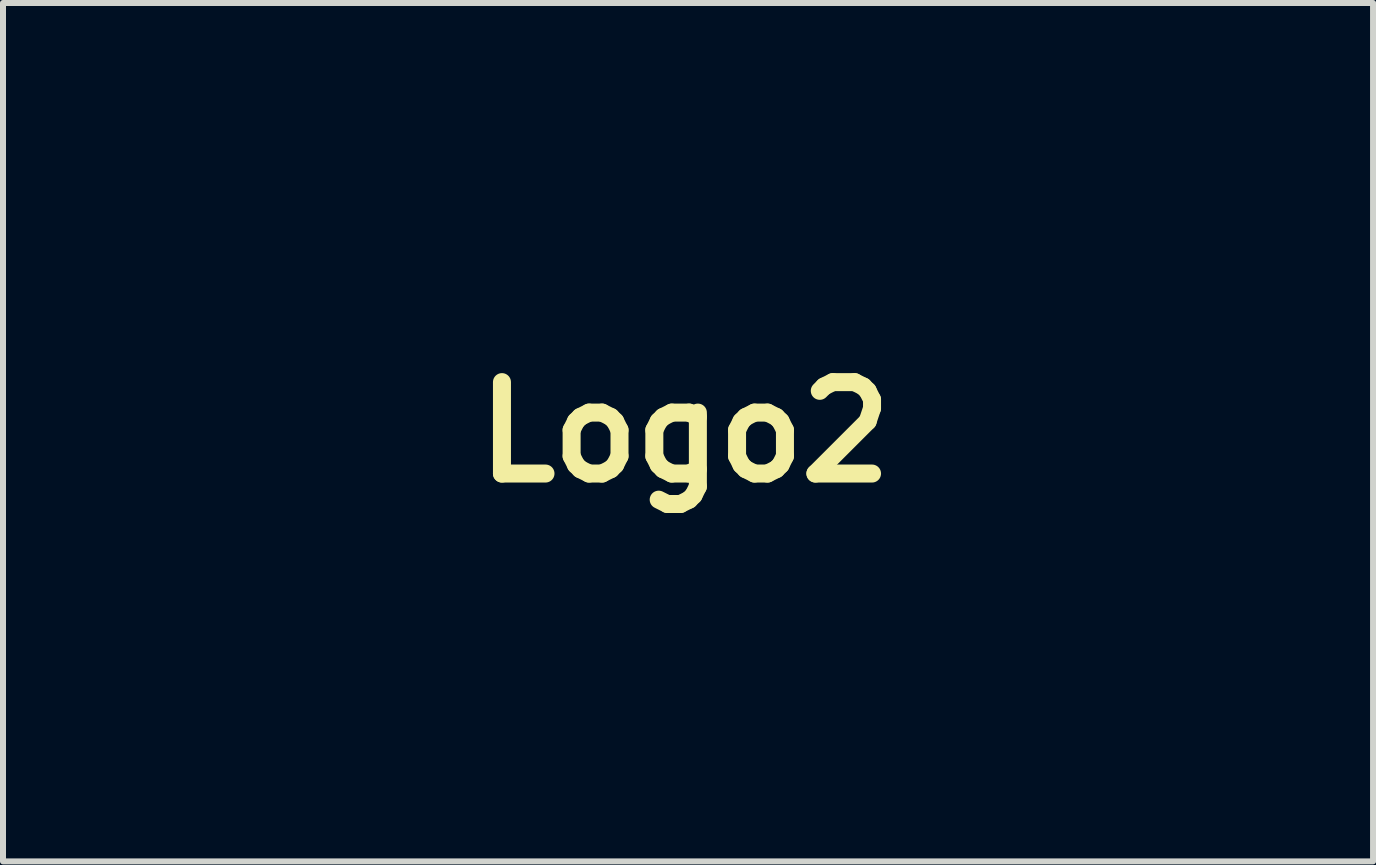
<source format=kicad_pcb>
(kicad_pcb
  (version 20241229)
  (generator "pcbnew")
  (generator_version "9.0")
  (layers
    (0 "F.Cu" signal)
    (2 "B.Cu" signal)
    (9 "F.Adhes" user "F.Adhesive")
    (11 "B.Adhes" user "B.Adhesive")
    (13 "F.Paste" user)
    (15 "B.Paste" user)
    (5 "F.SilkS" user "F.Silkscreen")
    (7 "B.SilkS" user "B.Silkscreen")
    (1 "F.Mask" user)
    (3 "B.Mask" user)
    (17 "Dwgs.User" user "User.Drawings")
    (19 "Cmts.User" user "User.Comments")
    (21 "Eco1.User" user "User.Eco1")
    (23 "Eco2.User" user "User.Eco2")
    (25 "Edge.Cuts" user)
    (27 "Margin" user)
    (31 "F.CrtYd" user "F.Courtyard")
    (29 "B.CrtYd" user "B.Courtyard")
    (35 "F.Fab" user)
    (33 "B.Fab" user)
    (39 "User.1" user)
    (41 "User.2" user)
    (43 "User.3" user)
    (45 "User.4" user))
  (footprint "Logo2"
    (layer "F.Cu")
    (at 8.365 4.154)
    (property "Reference" "Logo2" (at 0 0 0) (layer "F.SilkS") (effects (font (size 1.524 1.524) (thickness 0.3))))
    (attr through_hole)
    (fp_poly (pts (xy -1.161 -3.531) (xy -0.903 -3.373) (xy -0.623 -3.174) (xy -0.367 -2.971) (xy -0.186 -2.798) (xy -0.137 -2.734) (xy -0.066 -2.526) (xy -0.003 -2.194) (xy 0.049 -1.786) (xy 0.085 -1.347) (xy 0.101 -0.925) (xy 0.092 -0.564) (xy 0.075 -0.403) (xy 0.012 -0.094) (xy -0.078 0.119) (xy -0.237 0.309) (xy -0.39 0.449) (xy -0.726 0.823) (xy -1.044 1.33) (xy -1.102 1.442) (xy -1.374 1.923) (xy -1.634 2.244) (xy -1.892 2.413) (xy -2.161 2.439) (xy -2.453 2.33) (xy -2.455 2.328) (xy -2.706 2.229) (xy -2.935 2.211) (xy -3.084 2.277) (xy -3.093 2.29) (xy -3.186 2.331) (xy -3.303 2.237) (xy -3.419 2.036) (xy -3.478 1.873) (xy -3.514 1.67) (xy -3.529 1.362) (xy -3.521 0.93) (xy -3.491 0.354) (xy -3.482 0.214) (xy -3.444 -0.321) (xy -3.411 -0.674) (xy -2.129 -0.674) (xy -2.128 -0.034) (xy -2.102 0.445) (xy -2.05 0.773) (xy -1.968 0.956) (xy -1.854 1.003) (xy -1.705 0.922) (xy -1.622 0.841) (xy -1.405 0.501) (xy -1.272 0.031) (xy -1.221 -0.576) (xy -1.237 -1.133) (xy -1.267 -1.547) (xy -1.301 -1.824) (xy -1.344 -1.999) (xy -1.406 -2.106) (xy -1.471 -2.163) (xy -1.675 -2.274) (xy -1.834 -2.28) (xy -1.953 -2.169) (xy -2.037 -1.93) (xy -2.092 -1.551) (xy -2.122 -1.022) (xy -2.129 -0.674) (xy -3.411 -0.674) (xy -3.406 -0.728) (xy -3.36 -1.046) (xy -3.299 -1.317) (xy -3.217 -1.581) (xy -3.119 -1.842) (xy -2.982 -2.182) (xy -2.879 -2.391) (xy -2.792 -2.496) (xy -2.702 -2.526) (xy -2.658 -2.523) (xy -2.488 -2.565) (xy -2.272 -2.694) (xy -2.061 -2.87) (xy -1.908 -3.049) (xy -1.863 -3.168) (xy -1.813 -3.314) (xy -1.708 -3.475) (xy -1.536 -3.614) (xy -1.346 -3.614) (xy -1.161 -3.531)) (stroke (width 0.01) (type solid)) (fill yes) (layer "F.Mask"))
    (fp_poly (pts (xy 3.198 -3.493) (xy 3.321 -3.416) (xy 3.663 -3.103) (xy 3.855 -2.749) (xy 3.895 -2.491) (xy 3.939 -2.267) (xy 4.049 -2.015) (xy 4.071 -1.979) (xy 4.184 -1.752) (xy 4.196 -1.557) (xy 4.162 -1.419) (xy 4.116 -1.204) (xy 4.068 -0.882) (xy 4.028 -0.513) (xy 4.021 -0.425) (xy 3.985 -0.075) (xy 3.94 0.222) (xy 3.894 0.417) (xy 3.881 0.448) (xy 3.793 0.563) (xy 3.609 0.77) (xy 3.354 1.042) (xy 3.052 1.354) (xy 2.962 1.445) (xy 2.588 1.814) (xy 2.302 2.068) (xy 2.08 2.217) (xy 1.895 2.273) (xy 1.723 2.245) (xy 1.538 2.143) (xy 1.435 2.069) (xy 1.152 1.912) (xy 0.923 1.895) (xy 0.692 1.887) (xy 0.556 1.748) (xy 0.508 1.469) (xy 0.508 1.436) (xy 0.482 1.162) (xy 0.418 0.838) (xy 0.386 0.722) (xy 0.318 0.467) (xy 0.311 0.303) (xy 0.366 0.164) (xy 0.403 0.105) (xy 0.511 -0.147) (xy 0.603 -0.53) (xy 0.671 -1.005) (xy 0.709 -1.532) (xy 0.714 -1.707) (xy 0.738 -2.079) (xy 0.816 -2.338) (xy 0.979 -2.531) (xy 1.258 -2.705) (xy 1.445 -2.797) (xy 1.701 -2.907) (xy 1.849 -2.94) (xy 1.93 -2.903) (xy 1.946 -2.88) (xy 1.975 -2.743) (xy 1.987 -2.471) (xy 1.985 -2.099) (xy 1.97 -1.663) (xy 1.943 -1.196) (xy 1.906 -0.732) (xy 1.859 -0.307) (xy 1.848 -0.226) (xy 1.804 0.114) (xy 1.793 0.334) (xy 1.818 0.483) (xy 1.884 0.607) (xy 1.924 0.663) (xy 2.102 0.845) (xy 2.257 0.863) (xy 2.403 0.717) (xy 2.48 0.58) (xy 2.647 0.077) (xy 2.687 -0.447) (xy 2.593 -0.934) (xy 2.583 -0.959) (xy 2.499 -1.196) (xy 2.481 -1.344) (xy 2.531 -1.472) (xy 2.606 -1.582) (xy 2.743 -1.825) (xy 2.862 -2.116) (xy 2.878 -2.166) (xy 2.936 -2.422) (xy 2.918 -2.612) (xy 2.854 -2.759) (xy 2.714 -3.112) (xy 2.689 -3.377) (xy 2.769 -3.539) (xy 2.942 -3.583) (xy 3.198 -3.493)) (stroke (width 0.01) (type solid)) (fill yes) (layer "F.Mask"))
    (fp_poly (pts (xy 7.493 -3.341) (xy 7.784 -3.08) (xy 7.952 -2.901) (xy 8.467 -2.331) (xy 8.467 -1.735) (xy 8.41 -1.089) (xy 8.244 -0.339) (xy 7.971 0.497) (xy 7.961 0.525) (xy 7.838 0.809) (xy 7.705 0.983) (xy 7.516 1.103) (xy 7.458 1.129) (xy 7.142 1.344) (xy 6.811 1.709) (xy 6.767 1.767) (xy 6.438 2.17) (xy 6.14 2.443) (xy 5.884 2.577) (xy 5.682 2.565) (xy 5.667 2.556) (xy 5.495 2.465) (xy 5.371 2.452) (xy 5.282 2.538) (xy 5.215 2.742) (xy 5.156 3.083) (xy 5.117 3.387) (xy 5.048 3.782) (xy 4.956 4.04) (xy 4.847 4.149) (xy 4.728 4.102) (xy 4.683 4.043) (xy 4.588 3.881) (xy 4.528 3.768) (xy 4.383 3.631) (xy 4.206 3.571) (xy 3.969 3.476) (xy 3.848 3.257) (xy 3.842 2.914) (xy 3.88 2.701) (xy 3.94 2.39) (xy 3.975 2.098) (xy 3.979 1.996) (xy 4.037 1.724) (xy 4.143 1.571) (xy 4.259 1.401) (xy 4.362 1.141) (xy 4.395 1.014) (xy 4.446 0.83) (xy 6.082 0.83) (xy 6.117 1.033) (xy 6.184 1.101) (xy 6.274 1.041) (xy 6.424 0.888) (xy 6.511 0.788) (xy 6.709 0.503) (xy 6.863 0.17) (xy 6.983 -0.246) (xy 7.08 -0.778) (xy 7.126 -1.11) (xy 7.173 -1.547) (xy 7.184 -1.851) (xy 7.152 -2.057) (xy 7.071 -2.198) (xy 6.937 -2.309) (xy 6.918 -2.321) (xy 6.776 -2.362) (xy 6.66 -2.275) (xy 6.563 -2.048) (xy 6.474 -1.666) (xy 6.467 -1.631) (xy 6.398 -1.269) (xy 6.309 -0.825) (xy 6.218 -0.384) (xy 6.199 -0.296) (xy 6.123 0.134) (xy 6.084 0.52) (xy 6.082 0.83) (xy 4.446 0.83) (xy 4.469 0.744) (xy 4.59 0.385) (xy 4.734 0.001) (xy 4.782 -0.116) (xy 4.8 -0.165) (xy 5.105 -0.165) (xy 5.156 -0.08) (xy 5.236 -0.127) (xy 5.283 -0.219) (xy 5.323 -0.406) (xy 5.334 -0.574) (xy 5.31 -0.714) (xy 5.253 -0.713) (xy 5.181 -0.592) (xy 5.116 -0.37) (xy 5.113 -0.357) (xy 5.105 -0.165) (xy 4.8 -0.165) (xy 5.04 -0.811) (xy 5.213 -1.43) (xy 5.295 -1.954) (xy 5.288 -2.326) (xy 5.264 -2.53) (xy 5.284 -2.674) (xy 5.373 -2.798) (xy 5.559 -2.943) (xy 5.792 -3.098) (xy 6 -3.224) (xy 6.116 -3.257) (xy 6.184 -3.206) (xy 6.197 -3.185) (xy 6.328 -3.103) (xy 6.535 -3.104) (xy 6.754 -3.176) (xy 6.921 -3.309) (xy 6.926 -3.316) (xy 7.079 -3.454) (xy 7.263 -3.464) (xy 7.493 -3.341)) (stroke (width 0.01) (type solid)) (fill yes) (layer "F.Mask"))
    (fp_poly (pts (xy -5.136 -4.121) (xy -4.879 -4.022) (xy -4.644 -3.825) (xy -4.395 -3.505) (xy -4.297 -3.358) (xy -4.115 -3.07) (xy -3.976 -2.831) (xy -3.902 -2.68) (xy -3.895 -2.653) (xy -3.972 -2.604) (xy -4.175 -2.562) (xy -4.459 -2.529) (xy -4.781 -2.508) (xy -5.097 -2.501) (xy -5.363 -2.511) (xy -5.536 -2.541) (xy -5.566 -2.557) (xy -5.727 -2.593) (xy -5.929 -2.504) (xy -6.145 -2.319) (xy -6.344 -2.067) (xy -6.499 -1.778) (xy -6.568 -1.553) (xy -6.58 -1.237) (xy -6.468 -1.034) (xy -6.24 -0.948) (xy -5.903 -0.983) (xy -5.696 -1.047) (xy -5.192 -1.21) (xy -4.807 -1.291) (xy -4.516 -1.291) (xy -4.317 -1.227) (xy -4.097 -1.061) (xy -3.884 -0.817) (xy -3.719 -0.553) (xy -3.644 -0.324) (xy -3.643 -0.298) (xy -3.675 -0.107) (xy -3.776 0.151) (xy -3.952 0.491) (xy -4.213 0.928) (xy -4.567 1.479) (xy -4.702 1.683) (xy -5.063 2.215) (xy -5.362 2.62) (xy -5.619 2.919) (xy -5.854 3.134) (xy -6.089 3.285) (xy -6.345 3.392) (xy -6.449 3.425) (xy -6.859 3.526) (xy -7.168 3.544) (xy -7.426 3.476) (xy -7.616 3.365) (xy -7.791 3.199) (xy -7.98 2.953) (xy -8.155 2.671) (xy -8.29 2.399) (xy -8.36 2.182) (xy -8.359 2.153) (xy -5.714 2.153) (xy -5.699 2.201) (xy -5.584 2.144) (xy -5.461 2.032) (xy -5.377 1.911) (xy -5.392 1.863) (xy -5.507 1.92) (xy -5.63 2.032) (xy -5.714 2.153) (xy -8.359 2.153) (xy -8.358 2.09) (xy -8.245 2.005) (xy -8.017 1.942) (xy -7.726 1.906) (xy -7.423 1.9) (xy -7.161 1.929) (xy -7.005 1.987) (xy -6.696 2.109) (xy -6.358 2.071) (xy -6.014 1.878) (xy -5.997 1.864) (xy -5.717 1.588) (xy -5.466 1.264) (xy -5.275 0.937) (xy -5.174 0.653) (xy -5.165 0.568) (xy -5.164 0.458) (xy -5.18 0.389) (xy -5.24 0.36) (xy -5.37 0.372) (xy -5.596 0.427) (xy -5.946 0.523) (xy -6.181 0.589) (xy -6.816 0.766) (xy -7.297 0.587) (xy -7.58 0.467) (xy -7.752 0.348) (xy -7.862 0.185) (xy -7.91 0.075) (xy -7.996 -0.184) (xy -8.041 -0.41) (xy -8.043 -0.451) (xy -8 -0.648) (xy -7.878 -0.961) (xy -7.691 -1.364) (xy -7.48 -1.775) (xy -7.197 -1.775) (xy -7.163 -1.711) (xy -7.073 -1.78) (xy -6.946 -1.962) (xy -6.846 -2.144) (xy -6.671 -2.434) (xy -6.452 -2.733) (xy -6.381 -2.815) (xy -6.203 -3.05) (xy -6.112 -3.24) (xy -6.103 -3.363) (xy -6.174 -3.394) (xy -6.321 -3.309) (xy -6.439 -3.196) (xy -6.558 -3.037) (xy -6.711 -2.788) (xy -6.876 -2.493) (xy -7.028 -2.197) (xy -7.143 -1.948) (xy -7.196 -1.789) (xy -7.197 -1.775) (xy -7.48 -1.775) (xy -7.452 -1.829) (xy -7.175 -2.329) (xy -6.871 -2.839) (xy -6.838 -2.893) (xy -6.494 -3.407) (xy -6.189 -3.775) (xy -5.907 -4.011) (xy -5.633 -4.129) (xy -5.454 -4.149) (xy -5.136 -4.121)) (stroke (width 0.01) (type solid)) (fill yes) (layer "F.Mask")))
  (gr_rect
    (start -3 -3)
    (end 19.837 11.308)
    (stroke (width 0.1) (type default))
    (fill no)
    (layer "Edge.Cuts")))
</source>
